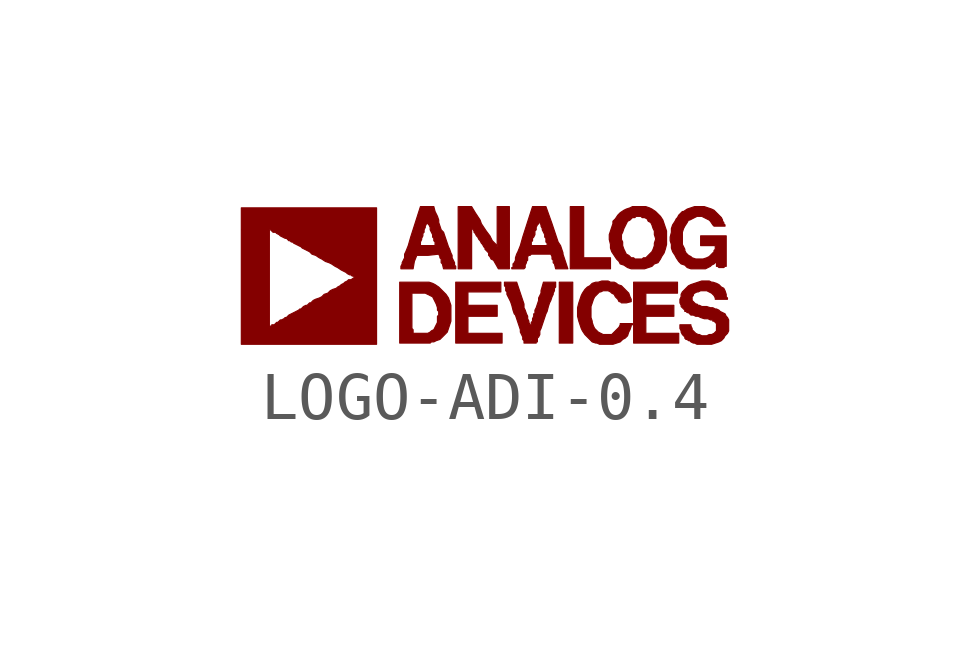
<source format=kicad_sym>
(kicad_symbol_lib
  (version 20201005)
  (generator kicad_symbol_editor)
  (symbol "LOGO-ADI-0.4"
    (pin_names
      (offset 1.016))
    (property "Reference" "#G"
      (at 0 -0.686 0)
      (effects (font (size 1.524 1.524)) hide))
    (symbol "LOGO-ADI-0.4_0_0"
      (polyline (pts (xy 1.829 -0.127) (xy 1.549 -0.127) (xy 1.549 -1.397) (xy 1.829 -1.397) (xy 1.829 -0.127)) (stroke (width 0.025)) (fill (type outline)))
      (polyline (pts (xy 2.616 0.381) (xy 2.057 0.381) (xy 2.057 1.448) (xy 1.778 1.448) (xy 1.778 0.152) (xy 2.616 0.152) (xy 2.616 0.381)) (stroke (width 0.025)) (fill (type outline)))
      (polyline (pts (xy 0.356 -1.194) (xy -0.356 -1.194) (xy -0.356 -0.838) (xy 0.254 -0.838) (xy 0.254 -0.61) (xy -0.356 -0.61) (xy -0.356 -0.33) (xy 0.33 -0.33) (xy 0.33 -0.127) (xy -0.61 -0.127) (xy -0.61 -1.397) (xy 0.356 -1.397) (xy 0.356 -1.194)) (stroke (width 0.025)) (fill (type outline)))
      (polyline (pts (xy 4.039 -1.194) (xy 3.353 -1.194) (xy 3.353 -0.838) (xy 3.937 -0.838) (xy 3.937 -0.61) (xy 3.353 -0.61) (xy 3.353 -0.356) (xy 4.013 -0.356) (xy 4.013 -0.127) (xy 3.099 -0.127) (xy 3.099 -1.397) (xy 4.039 -1.397) (xy 4.039 -1.194)) (stroke (width 0.025)) (fill (type outline)))
      (polyline (pts (xy -0.279 1.016) (xy -0.229 0.94) (xy -0.229 0.914) (xy -0.203 0.889) (xy -0.178 0.838) (xy -0.152 0.813) (xy -0.127 0.762) (xy -0.102 0.737) (xy -0.076 0.686) (xy -0.051 0.66) (xy -0.025 0.61) (xy 0 0.584) (xy 0 0.559) (xy 0.076 0.483) (xy 0.076 0.432) (xy 0.102 0.406) (xy 0.127 0.356) (xy 0.178 0.33) (xy 0.279 0.152) (xy 0.508 0.152) (xy 0.508 1.448) (xy 0.254 1.448) (xy 0.254 0.61) (xy 0.229 0.635) (xy 0.229 0.66) (xy 0.152 0.737) (xy 0.102 0.838) (xy 0.025 0.94) (xy -0.076 1.092) (xy -0.102 1.168) (xy -0.203 1.321) (xy -0.279 1.448) (xy -0.559 1.448) (xy -0.559 0.152) (xy -0.279 0.152) (xy -0.279 1.016)) (stroke (width 0.025)) (fill (type outline)))
      (polyline (pts (xy -1.118 -1.372) (xy -1.067 -1.372) (xy -1.016 -1.346) (xy -0.94 -1.321) (xy -0.787 -1.168) (xy -0.711 -0.94) (xy -0.711 -0.61) (xy -0.762 -0.457) (xy -0.813 -0.381) (xy -0.965 -0.229) (xy -1.041 -0.178) (xy -1.092 -0.152) (xy -1.168 -0.127) (xy -1.778 -0.127) (xy -1.778 -1.092) (xy -1.524 -1.092) (xy -1.524 -0.356) (xy -1.245 -0.356) (xy -1.092 -0.432) (xy -1.016 -0.584) (xy -0.991 -0.66) (xy -0.991 -0.711) (xy -0.965 -0.737) (xy -0.965 -0.813) (xy -0.991 -0.838) (xy -0.991 -0.965) (xy -1.067 -1.118) (xy -1.118 -1.143) (xy -1.143 -1.168) (xy -1.194 -1.194) (xy -1.499 -1.194) (xy -1.499 -1.118) (xy -1.524 -1.092) (xy -1.778 -1.092) (xy -1.778 -1.397) (xy -1.143 -1.397) (xy -1.118 -1.372)) (stroke (width 0.025)) (fill (type outline)))
      (polyline (pts (xy -1.473 0.305) (xy -1.422 0.432) (xy -1.194 0.432) (xy -0.965 0.457) (xy -0.94 0.406) (xy -0.94 0.381) (xy -0.914 0.356) (xy -0.914 0.279) (xy -0.889 0.254) (xy -0.864 0.152) (xy -0.61 0.152) (xy -0.61 0.203) (xy -0.635 0.229) (xy -0.635 0.279) (xy -0.686 0.381) (xy -0.686 0.432) (xy -0.711 0.483) (xy -0.737 0.559) (xy -0.762 0.61) (xy -0.864 0.914) (xy -0.914 0.965) (xy -0.965 1.118) (xy -0.965 1.168) (xy -0.991 1.245) (xy -1.041 1.346) (xy -1.067 1.448) (xy -1.346 1.448) (xy -1.549 0.813) (xy -1.6 0.635) (xy -1.346 0.635) (xy -1.346 0.711) (xy -1.321 0.762) (xy -1.321 0.787) (xy -1.295 0.838) (xy -1.295 0.889) (xy -1.27 0.914) (xy -1.27 0.965) (xy -1.245 1.016) (xy -1.245 1.041) (xy -1.219 1.092) (xy -1.219 1.143) (xy -1.194 1.168) (xy -1.194 1.092) (xy -1.168 1.067) (xy -1.143 1.016) (xy -1.143 0.965) (xy -1.092 0.864) (xy -1.092 0.813) (xy -1.067 0.787) (xy -1.067 0.737) (xy -1.041 0.711) (xy -1.041 0.635) (xy -1.346 0.635) (xy -1.6 0.635) (xy -1.651 0.508) (xy -1.676 0.457) (xy -1.676 0.381) (xy -1.727 0.279) (xy -1.727 0.254) (xy -1.753 0.203) (xy -1.753 0.152) (xy -1.499 0.152) (xy -1.473 0.305)) (stroke (width 0.025)) (fill (type outline)))
      (polyline (pts (xy 0.838 0.178) (xy 0.838 0.229) (xy 0.864 0.279) (xy 0.864 0.305) (xy 0.889 0.33) (xy 0.889 0.406) (xy 0.914 0.432) (xy 0.94 0.432) (xy 0.965 0.457) (xy 1.372 0.457) (xy 1.397 0.406) (xy 1.397 0.356) (xy 1.422 0.33) (xy 1.422 0.279) (xy 1.448 0.254) (xy 1.473 0.152) (xy 1.727 0.152) (xy 1.626 0.457) (xy 1.626 0.483) (xy 1.575 0.635) (xy 1.524 0.711) (xy 1.397 1.092) (xy 1.27 1.448) (xy 0.991 1.448) (xy 0.787 0.813) (xy 0.737 0.635) (xy 0.965 0.635) (xy 0.965 0.711) (xy 0.991 0.737) (xy 0.991 0.787) (xy 1.016 0.813) (xy 1.041 0.864) (xy 1.041 0.94) (xy 1.067 0.965) (xy 1.067 1.016) (xy 1.092 1.067) (xy 1.118 1.092) (xy 1.118 1.168) (xy 1.143 1.168) (xy 1.143 1.118) (xy 1.168 1.067) (xy 1.168 1.041) (xy 1.194 0.991) (xy 1.194 0.965) (xy 1.245 0.864) (xy 1.245 0.813) (xy 1.27 0.787) (xy 1.27 0.711) (xy 1.295 0.686) (xy 1.295 0.635) (xy 0.965 0.635) (xy 0.737 0.635) (xy 0.686 0.508) (xy 0.66 0.457) (xy 0.635 0.381) (xy 0.635 0.33) (xy 0.61 0.279) (xy 0.584 0.254) (xy 0.584 0.178) (xy 0.559 0.178) (xy 0.559 0.152) (xy 0.813 0.152) (xy 0.838 0.178)) (stroke (width 0.025)) (fill (type outline)))
      (polyline (pts (xy 1.067 -1.372) (xy 1.092 -1.372) (xy 1.092 -1.295) (xy 1.118 -1.27) (xy 1.143 -1.219) (xy 1.143 -1.143) (xy 1.168 -1.092) (xy 1.27 -0.787) (xy 1.295 -0.737) (xy 1.321 -0.635) (xy 1.346 -0.559) (xy 1.372 -0.508) (xy 1.397 -0.432) (xy 1.422 -0.381) (xy 1.422 -0.356) (xy 1.448 -0.305) (xy 1.448 -0.254) (xy 1.473 -0.229) (xy 1.473 -0.127) (xy 1.219 -0.127) (xy 1.168 -0.305) (xy 1.168 -0.356) (xy 1.118 -0.457) (xy 1.118 -0.508) (xy 1.067 -0.66) (xy 1.041 -0.711) (xy 1.041 -0.787) (xy 1.016 -0.787) (xy 1.016 -0.838) (xy 0.991 -0.889) (xy 0.991 -0.94) (xy 0.965 -0.965) (xy 0.965 -1.016) (xy 0.94 -1.041) (xy 0.94 -1.016) (xy 0.914 -0.965) (xy 0.914 -0.94) (xy 0.889 -0.889) (xy 0.889 -0.838) (xy 0.864 -0.787) (xy 0.838 -0.711) (xy 0.813 -0.66) (xy 0.813 -0.584) (xy 0.66 -0.127) (xy 0.406 -0.127) (xy 0.406 -0.203) (xy 0.432 -0.229) (xy 0.432 -0.305) (xy 0.457 -0.33) (xy 0.457 -0.381) (xy 0.533 -0.533) (xy 0.559 -0.61) (xy 0.584 -0.711) (xy 0.61 -0.787) (xy 0.635 -0.813) (xy 0.737 -1.118) (xy 0.737 -1.168) (xy 0.787 -1.27) (xy 0.787 -1.321) (xy 0.813 -1.346) (xy 0.813 -1.397) (xy 1.067 -1.397) (xy 1.067 -1.372)) (stroke (width 0.025)) (fill (type outline)))
      (polyline (pts (xy 2.819 -1.372) (xy 2.87 -1.321) (xy 2.921 -1.295) (xy 2.972 -1.245) (xy 2.997 -1.168) (xy 3.023 -1.118) (xy 3.048 -1.041) (xy 3.048 -1.016) (xy 3.073 -1.016) (xy 3.073 -0.991) (xy 2.819 -0.991) (xy 2.819 -1.016) (xy 2.794 -1.067) (xy 2.642 -1.219) (xy 2.464 -1.219) (xy 2.362 -1.168) (xy 2.286 -1.092) (xy 2.261 -1.041) (xy 2.235 -0.965) (xy 2.235 -0.94) (xy 2.21 -0.864) (xy 2.21 -0.635) (xy 2.261 -0.483) (xy 2.286 -0.432) (xy 2.388 -0.33) (xy 2.413 -0.33) (xy 2.464 -0.305) (xy 2.565 -0.305) (xy 2.616 -0.33) (xy 2.642 -0.356) (xy 2.692 -0.381) (xy 2.718 -0.432) (xy 2.769 -0.483) (xy 2.794 -0.533) (xy 2.819 -0.533) (xy 2.845 -0.559) (xy 2.946 -0.559) (xy 3.048 -0.533) (xy 3.048 -0.483) (xy 3.023 -0.432) (xy 2.997 -0.356) (xy 2.845 -0.203) (xy 2.769 -0.178) (xy 2.743 -0.152) (xy 2.692 -0.127) (xy 2.616 -0.127) (xy 2.565 -0.102) (xy 2.438 -0.102) (xy 2.362 -0.127) (xy 2.311 -0.127) (xy 2.235 -0.152) (xy 2.184 -0.203) (xy 2.134 -0.229) (xy 2.083 -0.279) (xy 2.032 -0.356) (xy 2.007 -0.406) (xy 1.956 -0.559) (xy 1.93 -0.66) (xy 1.93 -0.838) (xy 1.956 -0.94) (xy 2.007 -1.092) (xy 2.032 -1.143) (xy 2.083 -1.219) (xy 2.235 -1.372) (xy 2.311 -1.397) (xy 2.337 -1.397) (xy 2.388 -1.422) (xy 2.667 -1.422) (xy 2.819 -1.372)) (stroke (width 0.025)) (fill (type outline)))
      (polyline (pts (xy 3.48 0.203) (xy 3.531 0.254) (xy 3.607 0.279) (xy 3.658 0.356) (xy 3.683 0.406) (xy 3.734 0.483) (xy 3.759 0.559) (xy 3.785 0.66) (xy 3.785 0.94) (xy 3.708 1.168) (xy 3.658 1.245) (xy 3.556 1.346) (xy 3.48 1.397) (xy 3.429 1.422) (xy 3.353 1.448) (xy 3.073 1.448) (xy 3.023 1.422) (xy 2.946 1.397) (xy 2.896 1.372) (xy 2.819 1.321) (xy 2.769 1.27) (xy 2.718 1.194) (xy 2.667 1.143) (xy 2.667 1.092) (xy 2.591 0.864) (xy 2.591 0.762) (xy 2.845 0.762) (xy 2.845 0.864) (xy 2.87 0.914) (xy 2.896 0.991) (xy 2.972 1.143) (xy 3.023 1.168) (xy 3.073 1.219) (xy 3.124 1.219) (xy 3.15 1.245) (xy 3.251 1.245) (xy 3.277 1.219) (xy 3.327 1.219) (xy 3.378 1.194) (xy 3.404 1.143) (xy 3.454 1.118) (xy 3.48 1.067) (xy 3.505 0.991) (xy 3.531 0.94) (xy 3.531 0.864) (xy 3.556 0.787) (xy 3.556 0.762) (xy 3.531 0.686) (xy 3.531 0.635) (xy 3.505 0.559) (xy 3.48 0.508) (xy 3.353 0.381) (xy 3.302 0.381) (xy 3.277 0.356) (xy 3.124 0.356) (xy 3.099 0.381) (xy 3.048 0.381) (xy 2.997 0.432) (xy 2.946 0.457) (xy 2.896 0.559) (xy 2.87 0.635) (xy 2.87 0.711) (xy 2.845 0.762) (xy 2.591 0.762) (xy 2.616 0.66) (xy 2.616 0.584) (xy 2.642 0.508) (xy 2.743 0.356) (xy 2.794 0.305) (xy 2.819 0.254) (xy 2.896 0.229) (xy 2.972 0.178) (xy 3.048 0.152) (xy 3.327 0.152) (xy 3.48 0.203)) (stroke (width 0.025)) (fill (type outline)))
      (polyline (pts (xy 4.699 0.203) (xy 4.724 0.229) (xy 4.775 0.254) (xy 4.826 0.305) (xy 4.826 0.203) (xy 4.851 0.203) (xy 4.877 0.178) (xy 4.978 0.178) (xy 5.004 0.203) (xy 5.029 0.203) (xy 5.029 0.838) (xy 4.496 0.838) (xy 4.496 0.635) (xy 4.801 0.635) (xy 4.801 0.559) (xy 4.775 0.533) (xy 4.775 0.508) (xy 4.674 0.406) (xy 4.623 0.381) (xy 4.547 0.356) (xy 4.394 0.356) (xy 4.318 0.381) (xy 4.293 0.406) (xy 4.242 0.432) (xy 4.191 0.483) (xy 4.166 0.533) (xy 4.166 0.559) (xy 4.115 0.66) (xy 4.115 0.914) (xy 4.14 0.991) (xy 4.166 1.041) (xy 4.216 1.118) (xy 4.242 1.168) (xy 4.267 1.168) (xy 4.42 1.245) (xy 4.521 1.245) (xy 4.674 1.168) (xy 4.699 1.143) (xy 4.75 1.067) (xy 4.775 1.041) (xy 5.004 1.041) (xy 5.004 1.067) (xy 4.978 1.092) (xy 4.978 1.118) (xy 4.953 1.143) (xy 4.953 1.168) (xy 4.928 1.219) (xy 4.775 1.372) (xy 4.724 1.397) (xy 4.572 1.448) (xy 4.369 1.448) (xy 4.216 1.397) (xy 4.14 1.346) (xy 4.115 1.346) (xy 4.039 1.27) (xy 4.013 1.219) (xy 3.988 1.194) (xy 3.962 1.143) (xy 3.912 1.067) (xy 3.886 0.991) (xy 3.886 0.914) (xy 3.861 0.813) (xy 3.861 0.737) (xy 3.886 0.66) (xy 3.886 0.584) (xy 3.912 0.508) (xy 3.962 0.432) (xy 3.988 0.381) (xy 4.039 0.305) (xy 4.089 0.254) (xy 4.166 0.229) (xy 4.216 0.178) (xy 4.293 0.152) (xy 4.597 0.152) (xy 4.699 0.203)) (stroke (width 0.025)) (fill (type outline)))
      (polyline (pts (xy -2.261 1.422) (xy -5.08 1.422) (xy -5.08 0.965) (xy -4.496 0.965) (xy -4.47 0.965) (xy -4.42 0.914) (xy -4.369 0.914) (xy -4.343 0.889) (xy -4.293 0.864) (xy -4.267 0.838) (xy -4.166 0.787) (xy -4.14 0.787) (xy -4.089 0.737) (xy -4.064 0.737) (xy -4.039 0.711) (xy -4.013 0.711) (xy -3.988 0.686) (xy -3.835 0.61) (xy -3.81 0.584) (xy -3.658 0.508) (xy -3.607 0.457) (xy -3.531 0.432) (xy -3.454 0.381) (xy -3.404 0.356) (xy -3.327 0.305) (xy -3.251 0.279) (xy -3.2 0.254) (xy -3.124 0.203) (xy -3.073 0.178) (xy -2.997 0.127) (xy -2.896 0.076) (xy -2.87 0.051) (xy -2.819 0.025) (xy -2.794 0.025) (xy -2.769 0) (xy -2.743 0) (xy -2.718 -0.025) (xy -2.794 -0.076) (xy -2.845 -0.076) (xy -2.87 -0.102) (xy -2.921 -0.127) (xy -2.946 -0.152) (xy -2.997 -0.178) (xy -3.023 -0.203) (xy -3.073 -0.229) (xy -3.099 -0.254) (xy -3.175 -0.279) (xy -3.226 -0.305) (xy -3.277 -0.356) (xy -3.353 -0.381) (xy -3.404 -0.432) (xy -3.454 -0.457) (xy -3.531 -0.483) (xy -3.581 -0.508) (xy -3.632 -0.559) (xy -3.658 -0.559) (xy -3.708 -0.61) (xy -3.734 -0.61) (xy -3.785 -0.635) (xy -3.835 -0.686) (xy -3.861 -0.686) (xy -3.886 -0.711) (xy -4.089 -0.813) (xy -4.14 -0.864) (xy -4.166 -0.864) (xy -4.191 -0.889) (xy -4.242 -0.914) (xy -4.267 -0.914) (xy -4.318 -0.965) (xy -4.343 -0.965) (xy -4.394 -1.016) (xy -4.445 -1.016) (xy -4.445 -1.041) (xy -4.47 -1.041) (xy -4.496 -1.067) (xy -4.496 0.965) (xy -5.08 0.965) (xy -5.08 -1.422) (xy -2.261 -1.422) (xy -2.261 1.422)) (stroke (width 0.025)) (fill (type outline)))
      (polyline (pts (xy 4.877 -1.372) (xy 4.928 -1.346) (xy 4.978 -1.295) (xy 5.004 -1.245) (xy 5.055 -1.194) (xy 5.08 -1.143) (xy 5.08 -0.914) (xy 5.055 -0.864) (xy 5.029 -0.838) (xy 5.004 -0.787) (xy 4.902 -0.737) (xy 4.877 -0.711) (xy 4.826 -0.686) (xy 4.801 -0.686) (xy 4.75 -0.66) (xy 4.699 -0.66) (xy 4.623 -0.635) (xy 4.521 -0.635) (xy 4.47 -0.61) (xy 4.445 -0.61) (xy 4.42 -0.584) (xy 4.394 -0.584) (xy 4.318 -0.508) (xy 4.318 -0.432) (xy 4.343 -0.406) (xy 4.343 -0.381) (xy 4.369 -0.356) (xy 4.42 -0.33) (xy 4.445 -0.33) (xy 4.496 -0.305) (xy 4.623 -0.305) (xy 4.724 -0.356) (xy 4.775 -0.406) (xy 4.801 -0.457) (xy 4.801 -0.483) (xy 5.055 -0.483) (xy 5.055 -0.457) (xy 5.029 -0.432) (xy 5.029 -0.381) (xy 5.004 -0.305) (xy 4.978 -0.254) (xy 4.928 -0.229) (xy 4.877 -0.178) (xy 4.826 -0.152) (xy 4.75 -0.127) (xy 4.724 -0.127) (xy 4.674 -0.102) (xy 4.521 -0.102) (xy 4.293 -0.178) (xy 4.242 -0.203) (xy 4.115 -0.33) (xy 4.089 -0.381) (xy 4.089 -0.432) (xy 4.064 -0.483) (xy 4.064 -0.559) (xy 4.089 -0.61) (xy 4.089 -0.635) (xy 4.166 -0.711) (xy 4.166 -0.737) (xy 4.191 -0.737) (xy 4.216 -0.762) (xy 4.242 -0.762) (xy 4.293 -0.813) (xy 4.343 -0.813) (xy 4.394 -0.838) (xy 4.445 -0.838) (xy 4.496 -0.864) (xy 4.572 -0.889) (xy 4.648 -0.889) (xy 4.699 -0.914) (xy 4.75 -0.914) (xy 4.75 -0.94) (xy 4.775 -0.94) (xy 4.826 -0.991) (xy 4.826 -1.143) (xy 4.775 -1.194) (xy 4.724 -1.219) (xy 4.674 -1.219) (xy 4.623 -1.245) (xy 4.521 -1.245) (xy 4.47 -1.219) (xy 4.445 -1.219) (xy 4.394 -1.194) (xy 4.318 -1.118) (xy 4.318 -1.092) (xy 4.293 -1.041) (xy 4.293 -1.016) (xy 4.064 -1.016) (xy 4.064 -1.092) (xy 4.089 -1.143) (xy 4.089 -1.168) (xy 4.115 -1.219) (xy 4.166 -1.27) (xy 4.166 -1.295) (xy 4.191 -1.321) (xy 4.216 -1.321) (xy 4.242 -1.346) (xy 4.267 -1.346) (xy 4.293 -1.372) (xy 4.343 -1.397) (xy 4.369 -1.397) (xy 4.42 -1.422) (xy 4.724 -1.422) (xy 4.877 -1.372)) (stroke (width 0.025)) (fill (type outline))))))
</source>
